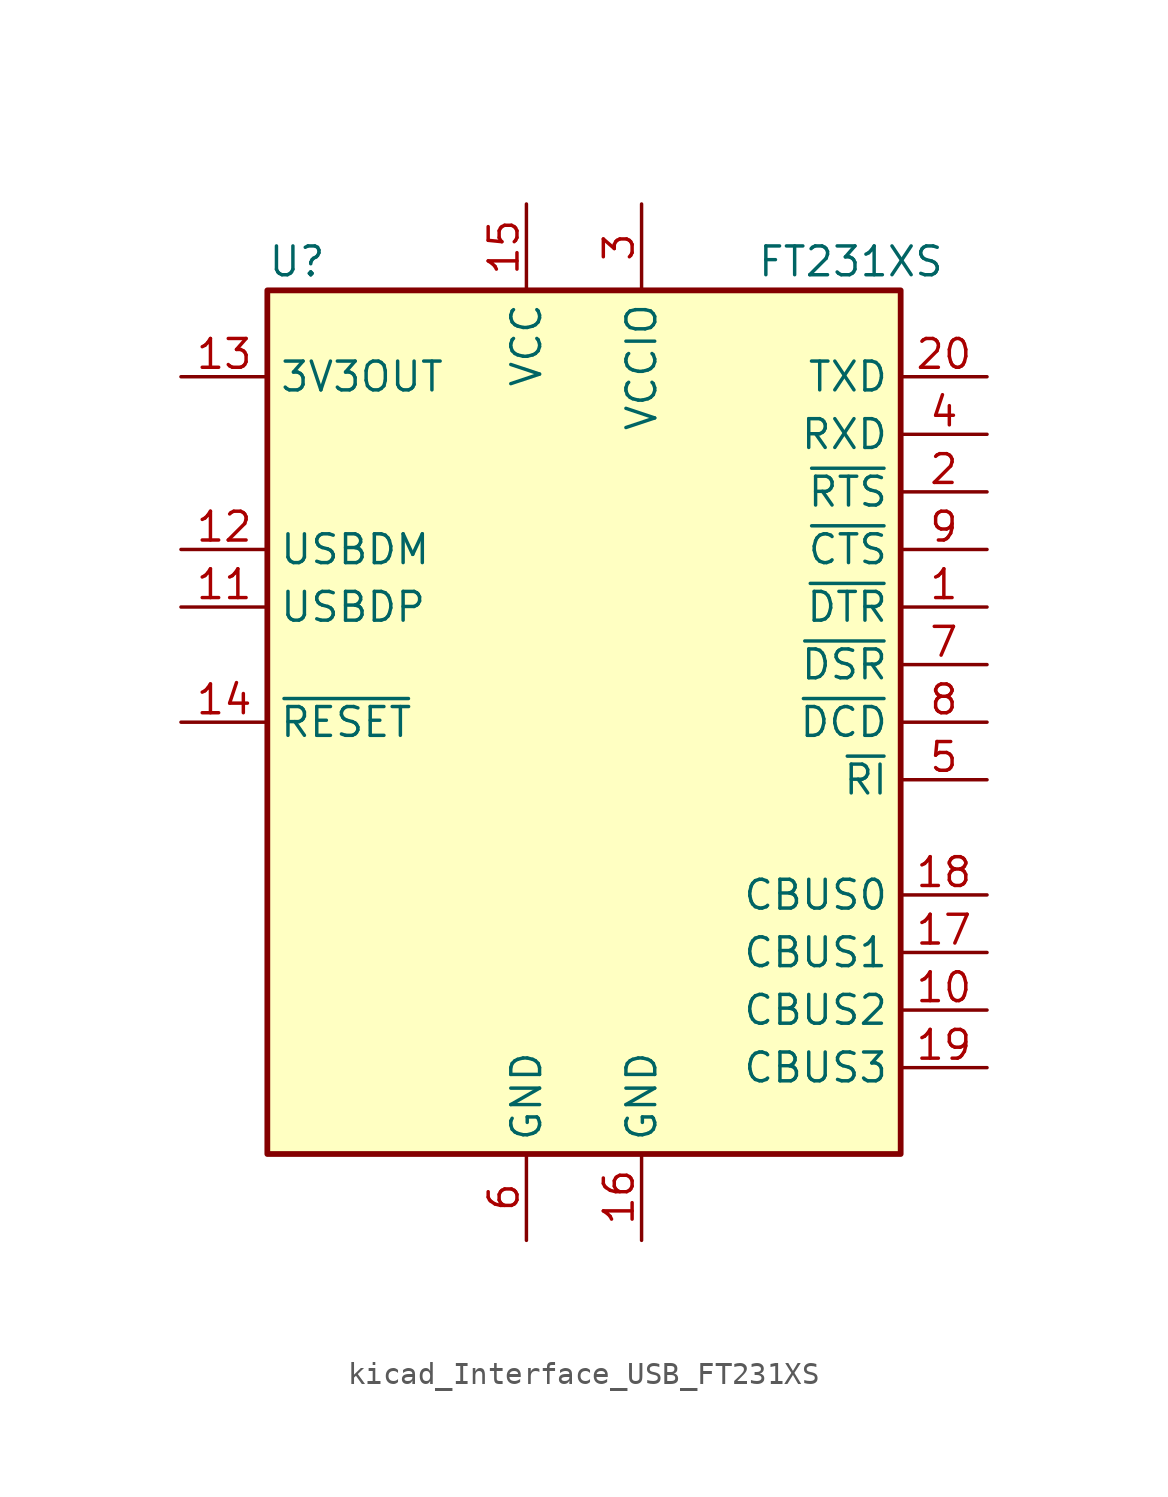
<source format=kicad_sym>
(kicad_symbol_lib
  (version 20220914)
  (generator kicad_symbol_editor)
  (symbol "kicad_Interface_USB_FT231XS"
    (property "Reference" "U"
      (at -13.97 20.32 0)
      (effects (font (size 1.27 1.27)) (justify left)))
    (property "Value" "FT231XS"
      (at 7.62 20.32 0)
      (effects (font (size 1.27 1.27)) (justify left)))
    (symbol "kicad_Interface_USB_FT231XS_0_1"
      (rectangle (start -13.97 19.05) (end 13.97 -19.05) (stroke (width 0.254) (type default)) (fill (type background))))
    (symbol "kicad_Interface_USB_FT231XS_1_1"
      (pin output line (at 17.78 5.08 180) (length 3.81) (name "~{DTR}" (effects (font (size 1.27 1.27)))) (number "1" (effects (font (size 1.27 1.27)))))
      (pin bidirectional line (at 17.78 -12.7 180) (length 3.81) (name "CBUS2" (effects (font (size 1.27 1.27)))) (number "10" (effects (font (size 1.27 1.27)))))
      (pin bidirectional line (at -17.78 5.08 0) (length 3.81) (name "USBDP" (effects (font (size 1.27 1.27)))) (number "11" (effects (font (size 1.27 1.27)))))
      (pin bidirectional line (at -17.78 7.62 0) (length 3.81) (name "USBDM" (effects (font (size 1.27 1.27)))) (number "12" (effects (font (size 1.27 1.27)))))
      (pin power_out line (at -17.78 15.24 0) (length 3.81) (name "3V3OUT" (effects (font (size 1.27 1.27)))) (number "13" (effects (font (size 1.27 1.27)))))
      (pin input line (at -17.78 0 0) (length 3.81) (name "~{RESET}" (effects (font (size 1.27 1.27)))) (number "14" (effects (font (size 1.27 1.27)))))
      (pin power_in line (at -2.54 22.86 270) (length 3.81) (name "VCC" (effects (font (size 1.27 1.27)))) (number "15" (effects (font (size 1.27 1.27)))))
      (pin power_in line (at 2.54 -22.86 90) (length 3.81) (name "GND" (effects (font (size 1.27 1.27)))) (number "16" (effects (font (size 1.27 1.27)))))
      (pin bidirectional line (at 17.78 -10.16 180) (length 3.81) (name "CBUS1" (effects (font (size 1.27 1.27)))) (number "17" (effects (font (size 1.27 1.27)))))
      (pin bidirectional line (at 17.78 -7.62 180) (length 3.81) (name "CBUS0" (effects (font (size 1.27 1.27)))) (number "18" (effects (font (size 1.27 1.27)))))
      (pin bidirectional line (at 17.78 -15.24 180) (length 3.81) (name "CBUS3" (effects (font (size 1.27 1.27)))) (number "19" (effects (font (size 1.27 1.27)))))
      (pin output line (at 17.78 10.16 180) (length 3.81) (name "~{RTS}" (effects (font (size 1.27 1.27)))) (number "2" (effects (font (size 1.27 1.27)))))
      (pin output line (at 17.78 15.24 180) (length 3.81) (name "TXD" (effects (font (size 1.27 1.27)))) (number "20" (effects (font (size 1.27 1.27)))))
      (pin power_in line (at 2.54 22.86 270) (length 3.81) (name "VCCIO" (effects (font (size 1.27 1.27)))) (number "3" (effects (font (size 1.27 1.27)))))
      (pin input line (at 17.78 12.7 180) (length 3.81) (name "RXD" (effects (font (size 1.27 1.27)))) (number "4" (effects (font (size 1.27 1.27)))))
      (pin input line (at 17.78 -2.54 180) (length 3.81) (name "~{RI}" (effects (font (size 1.27 1.27)))) (number "5" (effects (font (size 1.27 1.27)))))
      (pin power_in line (at -2.54 -22.86 90) (length 3.81) (name "GND" (effects (font (size 1.27 1.27)))) (number "6" (effects (font (size 1.27 1.27)))))
      (pin input line (at 17.78 2.54 180) (length 3.81) (name "~{DSR}" (effects (font (size 1.27 1.27)))) (number "7" (effects (font (size 1.27 1.27)))))
      (pin input line (at 17.78 0 180) (length 3.81) (name "~{DCD}" (effects (font (size 1.27 1.27)))) (number "8" (effects (font (size 1.27 1.27)))))
      (pin input line (at 17.78 7.62 180) (length 3.81) (name "~{CTS}" (effects (font (size 1.27 1.27)))) (number "9" (effects (font (size 1.27 1.27))))))))
</source>
